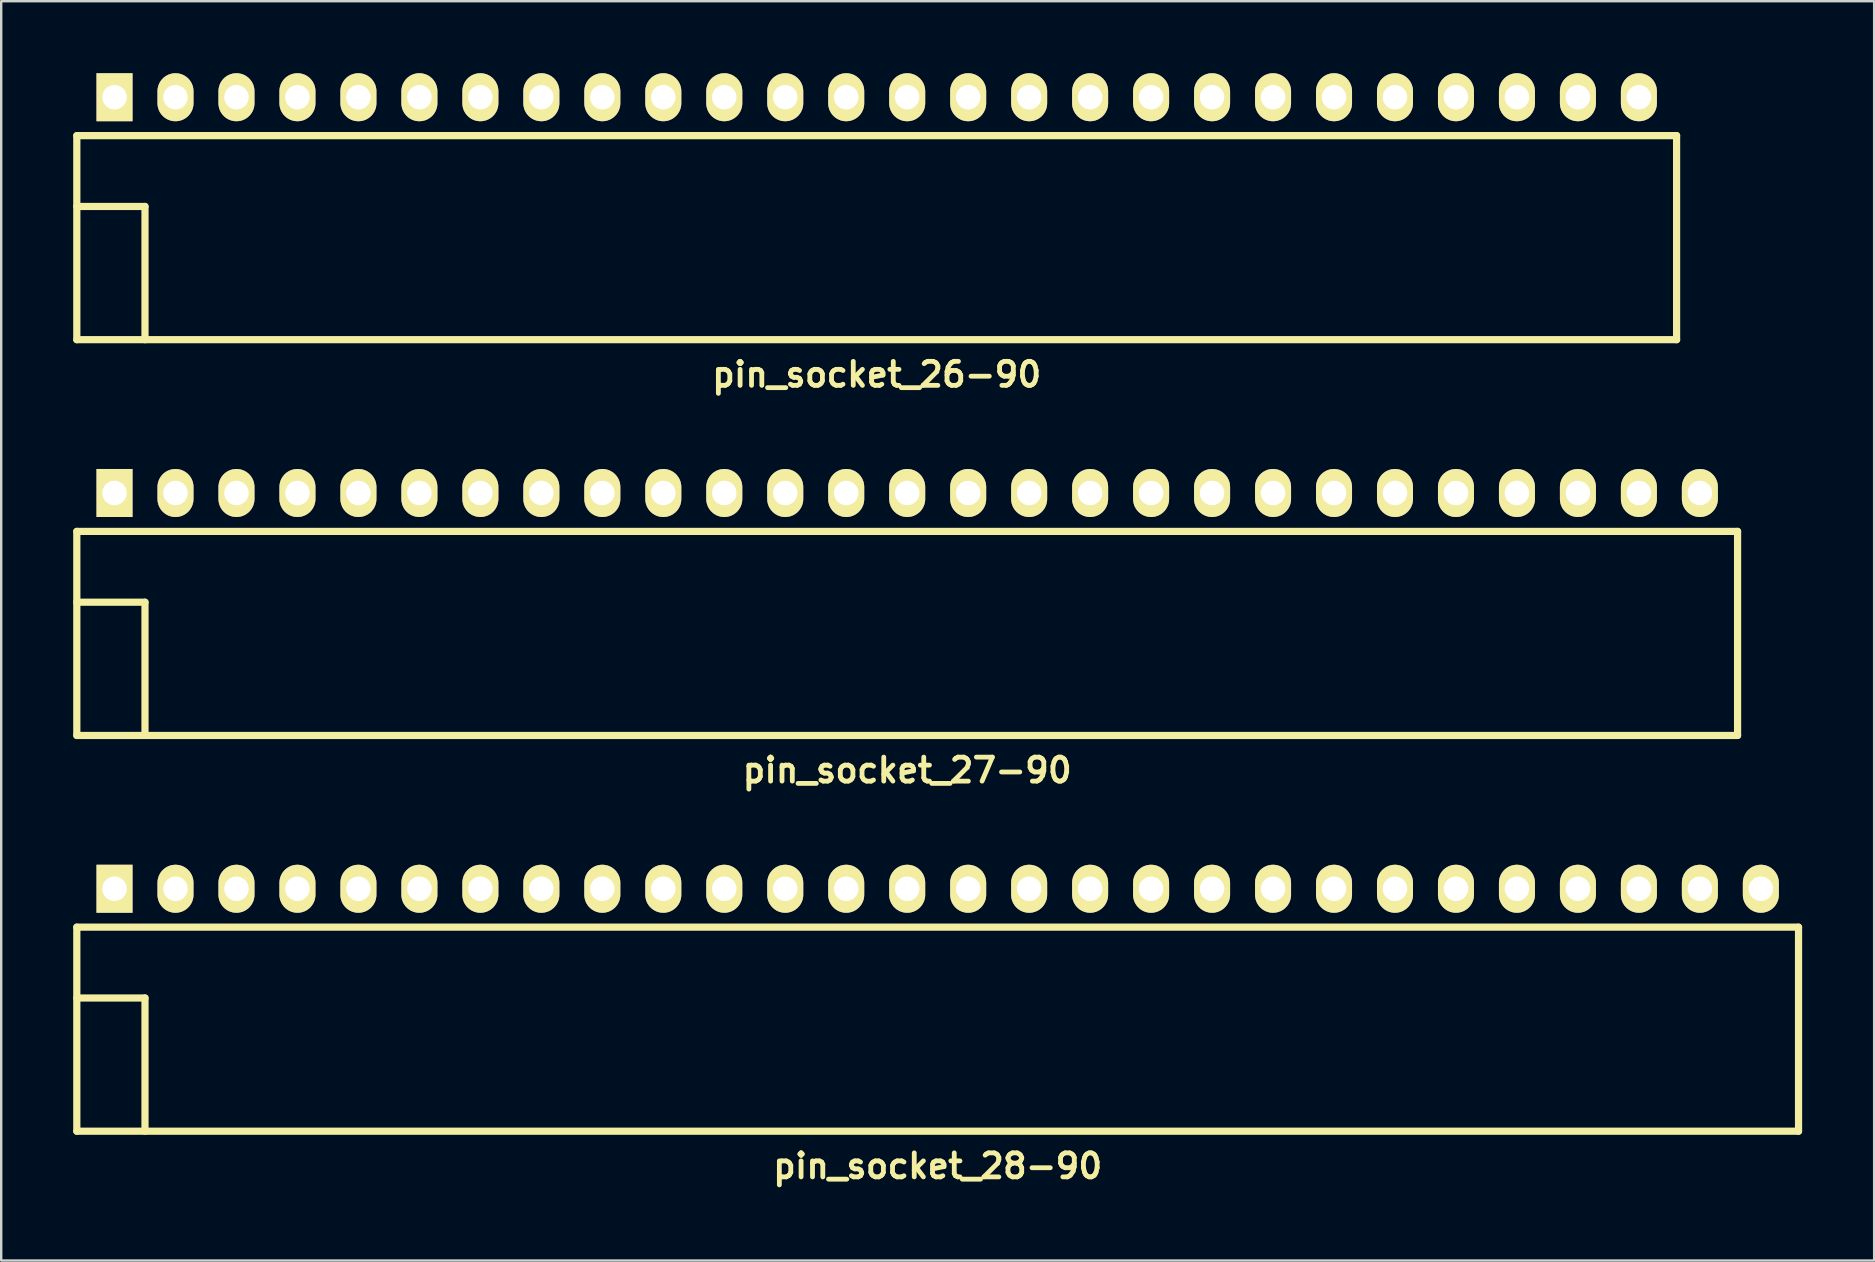
<source format=kicad_pcb>
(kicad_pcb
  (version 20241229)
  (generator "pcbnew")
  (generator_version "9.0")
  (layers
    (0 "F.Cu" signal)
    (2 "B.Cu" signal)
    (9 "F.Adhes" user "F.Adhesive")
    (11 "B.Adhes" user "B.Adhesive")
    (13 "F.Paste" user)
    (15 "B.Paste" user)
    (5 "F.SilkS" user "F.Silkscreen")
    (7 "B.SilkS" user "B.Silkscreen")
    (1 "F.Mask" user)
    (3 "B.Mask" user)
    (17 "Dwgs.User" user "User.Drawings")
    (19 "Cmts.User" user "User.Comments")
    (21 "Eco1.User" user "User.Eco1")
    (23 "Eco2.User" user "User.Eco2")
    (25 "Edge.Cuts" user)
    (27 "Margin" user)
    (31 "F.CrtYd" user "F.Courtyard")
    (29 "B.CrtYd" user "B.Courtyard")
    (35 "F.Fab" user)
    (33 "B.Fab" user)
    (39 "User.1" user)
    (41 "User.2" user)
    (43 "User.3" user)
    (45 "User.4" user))
  (footprint "pin_socket_28-90"
    (layer "F.Cu")
    (at 36.01 38.522)
    (property "Reference" "pin_socket_28-90" (at 0 7 0) (layer "F.SilkS") (effects (font (size 1 1) (thickness 0.2))))
    (attr through_hole)
    (fp_line (start -35.86 -2.95) (end -35.86 5.55) (stroke (width 0.3) (type solid)) (layer "F.SilkS"))
    (fp_line (start -35.86 -2.95) (end 35.86 -2.95) (stroke (width 0.3) (type solid)) (layer "F.SilkS"))
    (fp_line (start -35.86 0) (end -33.02 0) (stroke (width 0.3) (type solid)) (layer "F.SilkS"))
    (fp_line (start -35.86 5.55) (end 35.86 5.55) (stroke (width 0.3) (type solid)) (layer "F.SilkS"))
    (fp_line (start -33.02 0) (end -33.02 5.55) (stroke (width 0.3) (type solid)) (layer "F.SilkS"))
    (fp_line (start 35.86 -2.95) (end 35.86 5.55) (stroke (width 0.3) (type solid)) (layer "F.SilkS"))
    (pad "1" thru_hole rect (at -34.29 -4.55) (size 1.5 2) (drill 1.02) (layers "*.Cu" "*.Mask" "F.SilkS"))
    (pad "2" thru_hole oval (at -31.75 -4.55) (size 1.5 2) (drill 1.02) (layers "*.Cu" "*.Mask" "F.SilkS"))
    (pad "3" thru_hole oval (at -29.21 -4.55) (size 1.5 2) (drill 1.02) (layers "*.Cu" "*.Mask" "F.SilkS"))
    (pad "4" thru_hole oval (at -26.67 -4.55) (size 1.5 2) (drill 1.02) (layers "*.Cu" "*.Mask" "F.SilkS"))
    (pad "5" thru_hole oval (at -24.13 -4.55) (size 1.5 2) (drill 1.02) (layers "*.Cu" "*.Mask" "F.SilkS"))
    (pad "6" thru_hole oval (at -21.59 -4.55) (size 1.5 2) (drill 1.02) (layers "*.Cu" "*.Mask" "F.SilkS"))
    (pad "7" thru_hole oval (at -19.05 -4.55) (size 1.5 2) (drill 1.02) (layers "*.Cu" "*.Mask" "F.SilkS"))
    (pad "8" thru_hole oval (at -16.51 -4.55) (size 1.5 2) (drill 1.02) (layers "*.Cu" "*.Mask" "F.SilkS"))
    (pad "9" thru_hole oval (at -13.97 -4.55) (size 1.5 2) (drill 1.02) (layers "*.Cu" "*.Mask" "F.SilkS"))
    (pad "10" thru_hole oval (at -11.43 -4.55) (size 1.5 2) (drill 1.02) (layers "*.Cu" "*.Mask" "F.SilkS"))
    (pad "12" thru_hole oval (at -6.35 -4.55) (size 1.5 2) (drill 1.02) (layers "*.Cu" "*.Mask" "F.SilkS"))
    (pad "13" thru_hole oval (at -3.81 -4.55) (size 1.5 2) (drill 1.02) (layers "*.Cu" "*.Mask" "F.SilkS"))
    (pad "14" thru_hole oval (at -1.27 -4.55) (size 1.5 2) (drill 1.02) (layers "*.Cu" "*.Mask" "F.SilkS"))
    (pad "15" thru_hole oval (at 1.27 -4.55) (size 1.5 2) (drill 1.02) (layers "*.Cu" "*.Mask" "F.SilkS"))
    (pad "16" thru_hole oval (at 3.81 -4.55) (size 1.5 2) (drill 1.02) (layers "*.Cu" "*.Mask" "F.SilkS"))
    (pad "17" thru_hole oval (at 6.35 -4.55) (size 1.5 2) (drill 1.02) (layers "*.Cu" "*.Mask" "F.SilkS"))
    (pad "18" thru_hole oval (at 8.89 -4.55) (size 1.5 2) (drill 1.02) (layers "*.Cu" "*.Mask" "F.SilkS"))
    (pad "19" thru_hole oval (at 11.43 -4.55) (size 1.5 2) (drill 1.02) (layers "*.Cu" "*.Mask" "F.SilkS"))
    (pad "20" thru_hole oval (at 13.97 -4.55) (size 1.5 2) (drill 1.02) (layers "*.Cu" "*.Mask" "F.SilkS"))
    (pad "21" thru_hole oval (at 16.51 -4.55) (size 1.5 2) (drill 1.02) (layers "*.Cu" "*.Mask" "F.SilkS"))
    (pad "22" thru_hole oval (at 19.05 -4.55) (size 1.5 2) (drill 1.02) (layers "*.Cu" "*.Mask" "F.SilkS"))
    (pad "23" thru_hole oval (at 21.59 -4.55) (size 1.5 2) (drill 1.02) (layers "*.Cu" "*.Mask" "F.SilkS"))
    (pad "24" thru_hole oval (at 24.13 -4.55) (size 1.5 2) (drill 1.02) (layers "*.Cu" "*.Mask" "F.SilkS"))
    (pad "25" thru_hole oval (at 26.67 -4.55) (size 1.5 2) (drill 1.02) (layers "*.Cu" "*.Mask" "F.SilkS"))
    (pad "26" thru_hole oval (at 29.21 -4.55) (size 1.5 2) (drill 1.02) (layers "*.Cu" "*.Mask" "F.SilkS"))
    (pad "27" thru_hole oval (at 31.75 -4.55) (size 1.5 2) (drill 1.02) (layers "*.Cu" "*.Mask" "F.SilkS"))
    (pad "28" thru_hole oval (at 34.29 -4.55) (size 1.5 2) (drill 1.02) (layers "*.Cu" "*.Mask" "F.SilkS"))
    (pad "1121" thru_hole oval (at -8.89 -4.55) (size 1.5 2) (drill 1.02) (layers "*.Cu" "*.Mask" "F.SilkS")))
  (footprint "pin_socket_26-90"
    (layer "F.Cu")
    (at 33.47 5.55)
    (property "Reference" "pin_socket_26-90" (at 0 7 0) (layer "F.SilkS") (effects (font (size 1 1) (thickness 0.2))))
    (attr through_hole)
    (fp_line (start -33.32 -2.95) (end -33.32 5.55) (stroke (width 0.3) (type solid)) (layer "F.SilkS"))
    (fp_line (start -33.32 -2.95) (end 33.32 -2.95) (stroke (width 0.3) (type solid)) (layer "F.SilkS"))
    (fp_line (start -33.32 0) (end -30.48 0) (stroke (width 0.3) (type solid)) (layer "F.SilkS"))
    (fp_line (start -33.32 5.55) (end 33.32 5.55) (stroke (width 0.3) (type solid)) (layer "F.SilkS"))
    (fp_line (start -30.48 0) (end -30.48 5.55) (stroke (width 0.3) (type solid)) (layer "F.SilkS"))
    (fp_line (start 33.32 -2.95) (end 33.32 5.55) (stroke (width 0.3) (type solid)) (layer "F.SilkS"))
    (pad "1" thru_hole rect (at -31.75 -4.55) (size 1.5 2) (drill 1.02) (layers "*.Cu" "*.Mask" "F.SilkS"))
    (pad "2" thru_hole oval (at -29.21 -4.55) (size 1.5 2) (drill 1.02) (layers "*.Cu" "*.Mask" "F.SilkS"))
    (pad "3" thru_hole oval (at -26.67 -4.55) (size 1.5 2) (drill 1.02) (layers "*.Cu" "*.Mask" "F.SilkS"))
    (pad "4" thru_hole oval (at -24.13 -4.55) (size 1.5 2) (drill 1.02) (layers "*.Cu" "*.Mask" "F.SilkS"))
    (pad "5" thru_hole oval (at -21.59 -4.55) (size 1.5 2) (drill 1.02) (layers "*.Cu" "*.Mask" "F.SilkS"))
    (pad "6" thru_hole oval (at -19.05 -4.55) (size 1.5 2) (drill 1.02) (layers "*.Cu" "*.Mask" "F.SilkS"))
    (pad "7" thru_hole oval (at -16.51 -4.55) (size 1.5 2) (drill 1.02) (layers "*.Cu" "*.Mask" "F.SilkS"))
    (pad "8" thru_hole oval (at -13.97 -4.55) (size 1.5 2) (drill 1.02) (layers "*.Cu" "*.Mask" "F.SilkS"))
    (pad "9" thru_hole oval (at -11.43 -4.55) (size 1.5 2) (drill 1.02) (layers "*.Cu" "*.Mask" "F.SilkS"))
    (pad "10" thru_hole oval (at -8.89 -4.55) (size 1.5 2) (drill 1.02) (layers "*.Cu" "*.Mask" "F.SilkS"))
    (pad "12" thru_hole oval (at -3.81 -4.55) (size 1.5 2) (drill 1.02) (layers "*.Cu" "*.Mask" "F.SilkS"))
    (pad "13" thru_hole oval (at -1.27 -4.55) (size 1.5 2) (drill 1.02) (layers "*.Cu" "*.Mask" "F.SilkS"))
    (pad "14" thru_hole oval (at 1.27 -4.55) (size 1.5 2) (drill 1.02) (layers "*.Cu" "*.Mask" "F.SilkS"))
    (pad "15" thru_hole oval (at 3.81 -4.55) (size 1.5 2) (drill 1.02) (layers "*.Cu" "*.Mask" "F.SilkS"))
    (pad "16" thru_hole oval (at 6.35 -4.55) (size 1.5 2) (drill 1.02) (layers "*.Cu" "*.Mask" "F.SilkS"))
    (pad "17" thru_hole oval (at 8.89 -4.55) (size 1.5 2) (drill 1.02) (layers "*.Cu" "*.Mask" "F.SilkS"))
    (pad "18" thru_hole oval (at 11.43 -4.55) (size 1.5 2) (drill 1.02) (layers "*.Cu" "*.Mask" "F.SilkS"))
    (pad "19" thru_hole oval (at 13.97 -4.55) (size 1.5 2) (drill 1.02) (layers "*.Cu" "*.Mask" "F.SilkS"))
    (pad "20" thru_hole oval (at 16.51 -4.55) (size 1.5 2) (drill 1.02) (layers "*.Cu" "*.Mask" "F.SilkS"))
    (pad "21" thru_hole oval (at 19.05 -4.55) (size 1.5 2) (drill 1.02) (layers "*.Cu" "*.Mask" "F.SilkS"))
    (pad "22" thru_hole oval (at 21.59 -4.55) (size 1.5 2) (drill 1.02) (layers "*.Cu" "*.Mask" "F.SilkS"))
    (pad "23" thru_hole oval (at 24.13 -4.55) (size 1.5 2) (drill 1.02) (layers "*.Cu" "*.Mask" "F.SilkS"))
    (pad "24" thru_hole oval (at 26.67 -4.55) (size 1.5 2) (drill 1.02) (layers "*.Cu" "*.Mask" "F.SilkS"))
    (pad "25" thru_hole oval (at 29.21 -4.55) (size 1.5 2) (drill 1.02) (layers "*.Cu" "*.Mask" "F.SilkS"))
    (pad "26" thru_hole oval (at 31.75 -4.55) (size 1.5 2) (drill 1.02) (layers "*.Cu" "*.Mask" "F.SilkS"))
    (pad "1121" thru_hole oval (at -6.35 -4.55) (size 1.5 2) (drill 1.02) (layers "*.Cu" "*.Mask" "F.SilkS")))
  (footprint "pin_socket_27-90"
    (layer "F.Cu")
    (at 34.74 22.036)
    (property "Reference" "pin_socket_27-90" (at 0 7 0) (layer "F.SilkS") (effects (font (size 1 1) (thickness 0.2))))
    (attr through_hole)
    (fp_line (start -34.59 -2.95) (end -34.59 5.55) (stroke (width 0.3) (type solid)) (layer "F.SilkS"))
    (fp_line (start -34.59 -2.95) (end 34.59 -2.95) (stroke (width 0.3) (type solid)) (layer "F.SilkS"))
    (fp_line (start -34.59 0) (end -31.75 0) (stroke (width 0.3) (type solid)) (layer "F.SilkS"))
    (fp_line (start -34.59 5.55) (end 34.59 5.55) (stroke (width 0.3) (type solid)) (layer "F.SilkS"))
    (fp_line (start -31.75 0) (end -31.75 5.55) (stroke (width 0.3) (type solid)) (layer "F.SilkS"))
    (fp_line (start 34.59 -2.95) (end 34.59 5.55) (stroke (width 0.3) (type solid)) (layer "F.SilkS"))
    (pad "1" thru_hole rect (at -33.02 -4.55) (size 1.5 2) (drill 1.02) (layers "*.Cu" "*.Mask" "F.SilkS"))
    (pad "2" thru_hole oval (at -30.48 -4.55) (size 1.5 2) (drill 1.02) (layers "*.Cu" "*.Mask" "F.SilkS"))
    (pad "3" thru_hole oval (at -27.94 -4.55) (size 1.5 2) (drill 1.02) (layers "*.Cu" "*.Mask" "F.SilkS"))
    (pad "4" thru_hole oval (at -25.4 -4.55) (size 1.5 2) (drill 1.02) (layers "*.Cu" "*.Mask" "F.SilkS"))
    (pad "5" thru_hole oval (at -22.86 -4.55) (size 1.5 2) (drill 1.02) (layers "*.Cu" "*.Mask" "F.SilkS"))
    (pad "6" thru_hole oval (at -20.32 -4.55) (size 1.5 2) (drill 1.02) (layers "*.Cu" "*.Mask" "F.SilkS"))
    (pad "7" thru_hole oval (at -17.78 -4.55) (size 1.5 2) (drill 1.02) (layers "*.Cu" "*.Mask" "F.SilkS"))
    (pad "8" thru_hole oval (at -15.24 -4.55) (size 1.5 2) (drill 1.02) (layers "*.Cu" "*.Mask" "F.SilkS"))
    (pad "9" thru_hole oval (at -12.7 -4.55) (size 1.5 2) (drill 1.02) (layers "*.Cu" "*.Mask" "F.SilkS"))
    (pad "10" thru_hole oval (at -10.16 -4.55) (size 1.5 2) (drill 1.02) (layers "*.Cu" "*.Mask" "F.SilkS"))
    (pad "12" thru_hole oval (at -5.08 -4.55) (size 1.5 2) (drill 1.02) (layers "*.Cu" "*.Mask" "F.SilkS"))
    (pad "13" thru_hole oval (at -2.54 -4.55) (size 1.5 2) (drill 1.02) (layers "*.Cu" "*.Mask" "F.SilkS"))
    (pad "14" thru_hole oval (at 0 -4.55) (size 1.5 2) (drill 1.02) (layers "*.Cu" "*.Mask" "F.SilkS"))
    (pad "15" thru_hole oval (at 2.54 -4.55) (size 1.5 2) (drill 1.02) (layers "*.Cu" "*.Mask" "F.SilkS"))
    (pad "16" thru_hole oval (at 5.08 -4.55) (size 1.5 2) (drill 1.02) (layers "*.Cu" "*.Mask" "F.SilkS"))
    (pad "17" thru_hole oval (at 7.62 -4.55) (size 1.5 2) (drill 1.02) (layers "*.Cu" "*.Mask" "F.SilkS"))
    (pad "18" thru_hole oval (at 10.16 -4.55) (size 1.5 2) (drill 1.02) (layers "*.Cu" "*.Mask" "F.SilkS"))
    (pad "19" thru_hole oval (at 12.7 -4.55) (size 1.5 2) (drill 1.02) (layers "*.Cu" "*.Mask" "F.SilkS"))
    (pad "20" thru_hole oval (at 15.24 -4.55) (size 1.5 2) (drill 1.02) (layers "*.Cu" "*.Mask" "F.SilkS"))
    (pad "21" thru_hole oval (at 17.78 -4.55) (size 1.5 2) (drill 1.02) (layers "*.Cu" "*.Mask" "F.SilkS"))
    (pad "22" thru_hole oval (at 20.32 -4.55) (size 1.5 2) (drill 1.02) (layers "*.Cu" "*.Mask" "F.SilkS"))
    (pad "23" thru_hole oval (at 22.86 -4.55) (size 1.5 2) (drill 1.02) (layers "*.Cu" "*.Mask" "F.SilkS"))
    (pad "24" thru_hole oval (at 25.4 -4.55) (size 1.5 2) (drill 1.02) (layers "*.Cu" "*.Mask" "F.SilkS"))
    (pad "25" thru_hole oval (at 27.94 -4.55) (size 1.5 2) (drill 1.02) (layers "*.Cu" "*.Mask" "F.SilkS"))
    (pad "26" thru_hole oval (at 30.48 -4.55) (size 1.5 2) (drill 1.02) (layers "*.Cu" "*.Mask" "F.SilkS"))
    (pad "27" thru_hole oval (at 33.02 -4.55) (size 1.5 2) (drill 1.02) (layers "*.Cu" "*.Mask" "F.SilkS"))
    (pad "1121" thru_hole oval (at -7.62 -4.55) (size 1.5 2) (drill 1.02) (layers "*.Cu" "*.Mask" "F.SilkS")))
  (gr_rect
    (start -3 -3)
    (end 75.02 49.458)
    (stroke (width 0.1) (type default))
    (fill no)
    (layer "Edge.Cuts")))
</source>
